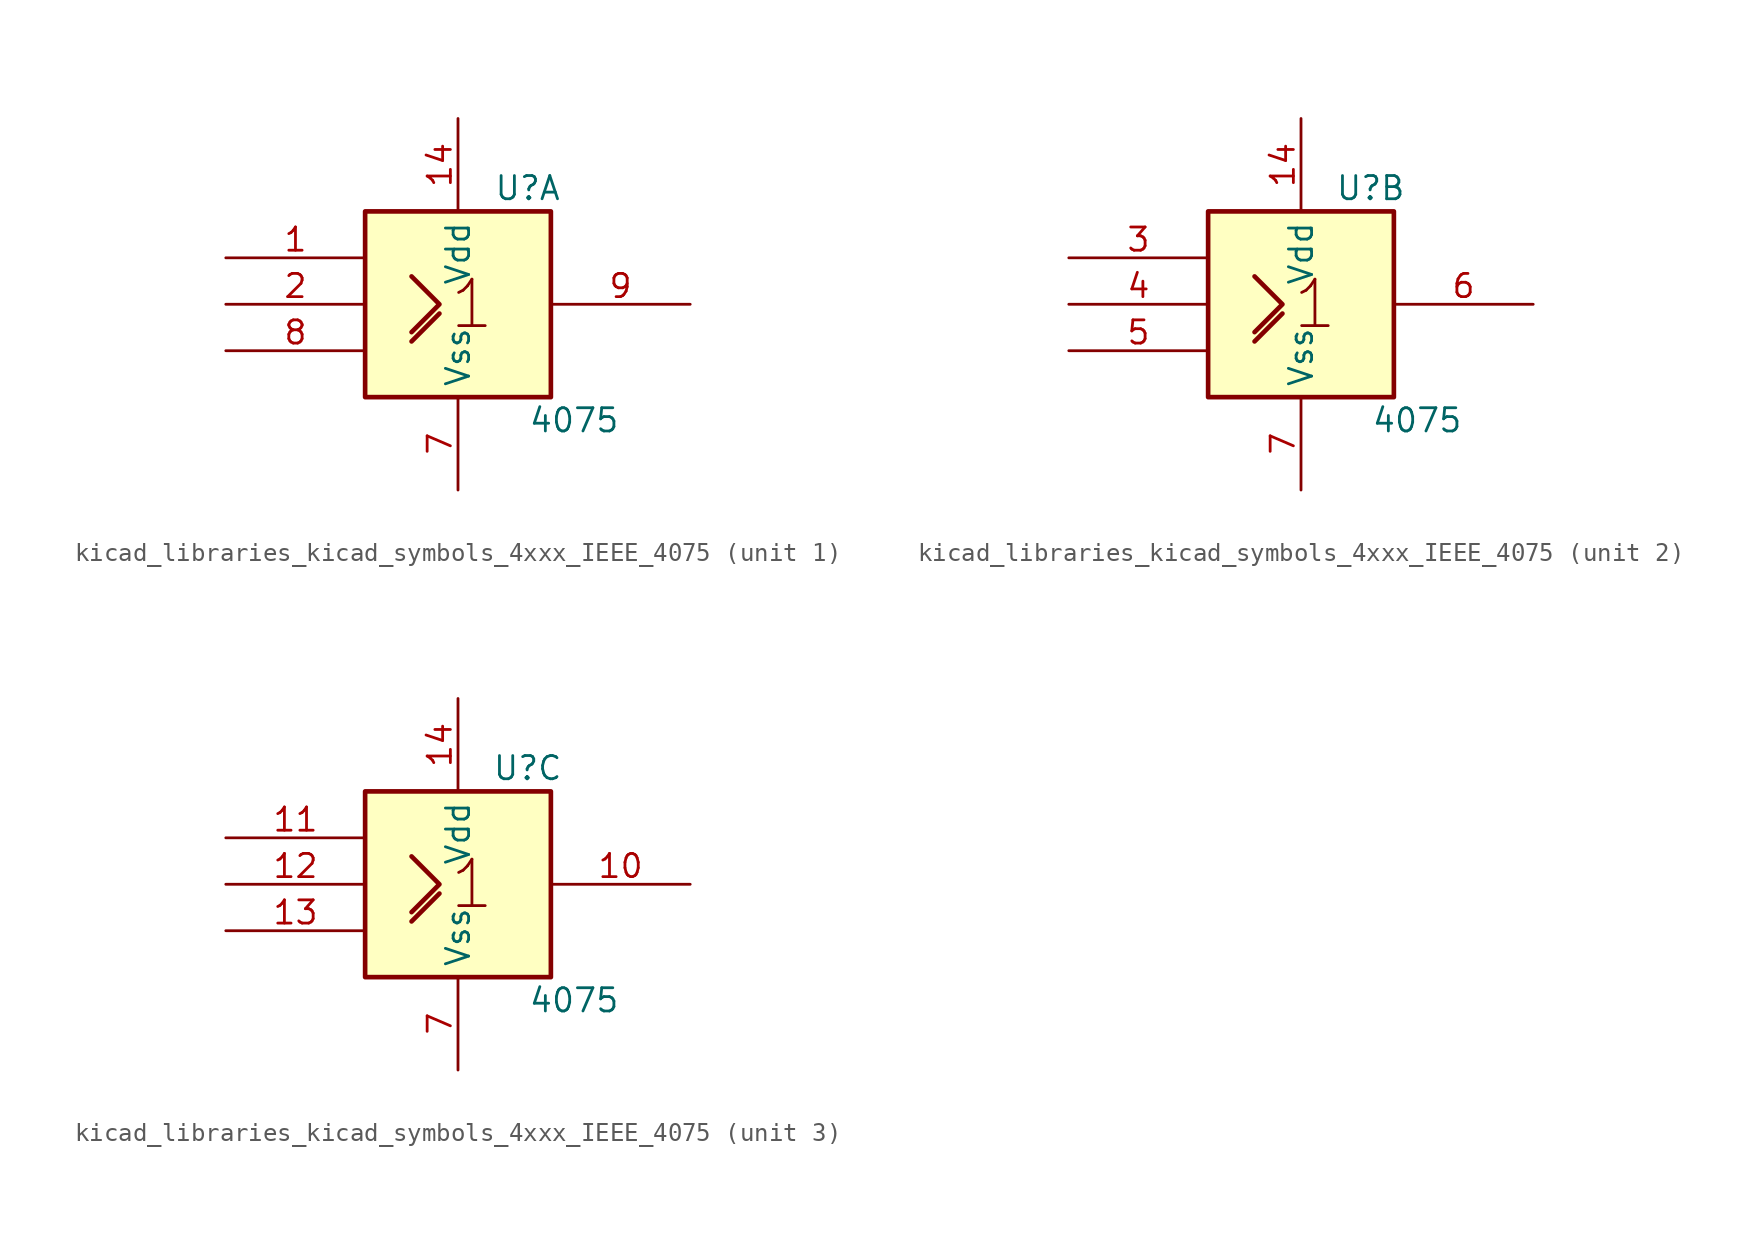
<source format=kicad_sym>
(kicad_symbol_lib
  (version 20220914)
  (generator kicad_symbol_editor)
  (symbol "kicad_libraries_kicad_symbols_4xxx_IEEE_4075"
    (property "Reference" "U"
      (at 3.81 6.35 0)
      (effects (font (size 1.27 1.27))))
    (property "Value" "4075"
      (at 6.35 -6.35 0)
      (effects (font (size 1.27 1.27))))
    (symbol "kicad_libraries_kicad_symbols_4xxx_IEEE_4075_0_0"
      (rectangle (start -5.08 5.08) (end 5.08 -5.08) (stroke (width 0.254) (type default)) (fill (type background)))
      (polyline (pts (xy -2.54 -2.032) (xy -1.016 -0.508) (xy -1.016 -0.508)) (stroke (width 0.254) (type default)) (fill (type background)))
      (polyline (pts (xy -2.54 1.524) (xy -1.016 0) (xy -2.54 -1.524) (xy -2.54 -1.524)) (stroke (width 0.254) (type default)) (fill (type background)))
      (text "1" (at 0.762 0 0) (effects (font (size 2.54 2.54))))
      (pin power_in line (at 0 10.16 270) (length 5.08) (name "Vdd" (effects (font (size 1.27 1.27)))) (number "14" (effects (font (size 1.27 1.27)))))
      (pin power_in line (at 0 -10.16 90) (length 5.08) (name "Vss" (effects (font (size 1.27 1.27)))) (number "7" (effects (font (size 1.27 1.27))))))
    (symbol "kicad_libraries_kicad_symbols_4xxx_IEEE_4075_1_1"
      (pin input line (at -12.7 2.54 0) (length 7.62) (name "~" (effects (font (size 1.27 1.27)))) (number "1" (effects (font (size 1.27 1.27)))))
      (pin input line (at -12.7 0 0) (length 7.62) (name "~" (effects (font (size 1.27 1.27)))) (number "2" (effects (font (size 1.27 1.27)))))
      (pin input line (at -12.7 -2.54 0) (length 7.62) (name "~" (effects (font (size 1.27 1.27)))) (number "8" (effects (font (size 1.27 1.27)))))
      (pin output line (at 12.7 0 180) (length 7.62) (name "~" (effects (font (size 1.27 1.27)))) (number "9" (effects (font (size 1.27 1.27))))))
    (symbol "kicad_libraries_kicad_symbols_4xxx_IEEE_4075_2_1"
      (pin input line (at -12.7 2.54 0) (length 7.62) (name "~" (effects (font (size 1.27 1.27)))) (number "3" (effects (font (size 1.27 1.27)))))
      (pin input line (at -12.7 0 0) (length 7.62) (name "~" (effects (font (size 1.27 1.27)))) (number "4" (effects (font (size 1.27 1.27)))))
      (pin input line (at -12.7 -2.54 0) (length 7.62) (name "~" (effects (font (size 1.27 1.27)))) (number "5" (effects (font (size 1.27 1.27)))))
      (pin output line (at 12.7 0 180) (length 7.62) (name "~" (effects (font (size 1.27 1.27)))) (number "6" (effects (font (size 1.27 1.27))))))
    (symbol "kicad_libraries_kicad_symbols_4xxx_IEEE_4075_3_1"
      (pin output line (at 12.7 0 180) (length 7.62) (name "~" (effects (font (size 1.27 1.27)))) (number "10" (effects (font (size 1.27 1.27)))))
      (pin input line (at -12.7 2.54 0) (length 7.62) (name "~" (effects (font (size 1.27 1.27)))) (number "11" (effects (font (size 1.27 1.27)))))
      (pin input line (at -12.7 0 0) (length 7.62) (name "~" (effects (font (size 1.27 1.27)))) (number "12" (effects (font (size 1.27 1.27)))))
      (pin input line (at -12.7 -2.54 0) (length 7.62) (name "~" (effects (font (size 1.27 1.27)))) (number "13" (effects (font (size 1.27 1.27))))))))
</source>
